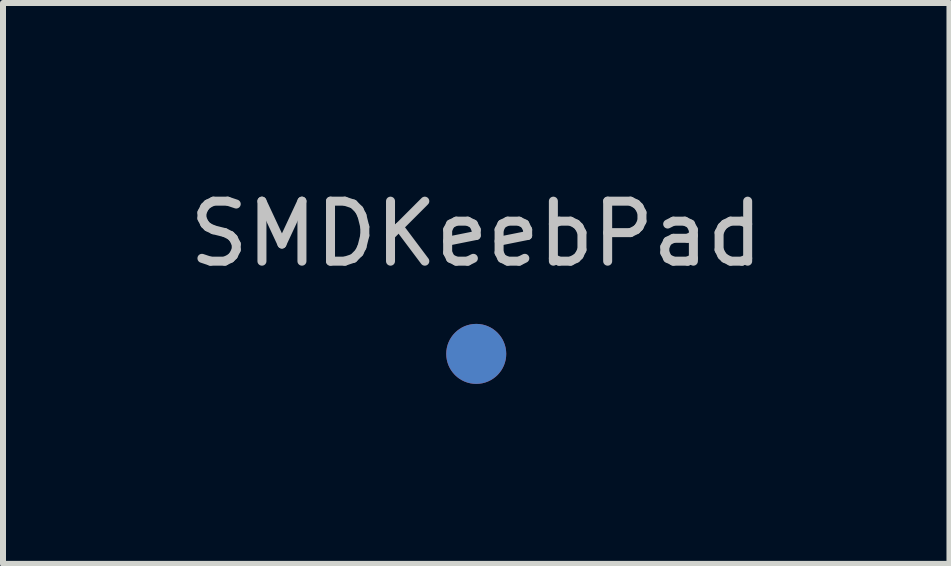
<source format=kicad_pcb>
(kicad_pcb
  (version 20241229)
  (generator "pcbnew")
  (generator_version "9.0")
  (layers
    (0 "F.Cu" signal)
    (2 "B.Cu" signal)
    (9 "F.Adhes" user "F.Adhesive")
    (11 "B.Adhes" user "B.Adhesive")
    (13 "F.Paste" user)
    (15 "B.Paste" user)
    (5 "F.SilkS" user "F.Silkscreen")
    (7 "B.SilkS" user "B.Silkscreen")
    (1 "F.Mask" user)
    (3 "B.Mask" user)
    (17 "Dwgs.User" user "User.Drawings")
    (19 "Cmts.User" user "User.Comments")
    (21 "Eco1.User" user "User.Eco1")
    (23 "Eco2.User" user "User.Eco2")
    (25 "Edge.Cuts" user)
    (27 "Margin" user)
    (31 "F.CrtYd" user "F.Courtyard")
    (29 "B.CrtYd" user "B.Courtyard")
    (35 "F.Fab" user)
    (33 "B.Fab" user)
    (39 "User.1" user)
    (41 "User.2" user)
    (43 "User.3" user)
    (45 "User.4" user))
  (footprint "SMDKeebPad"
    (layer "F.Cu")
    (at 4.887 2.848)
    (property "Reference" "SMDKeebPad" (at 0 -2 0) (layer "Dwgs.User") (effects (font (size 1 1) (thickness 0.15))))
    (attr through_hole)
    (pad "1" smd circle (at 0 0) (size 1 1) (layers "F.Cu"))
    (pad "2" smd circle (at 0 0) (size 1 1) (layers "B.Cu")))
  (gr_rect
    (start -3 -3)
    (end 12.774 6.348)
    (stroke (width 0.1) (type default))
    (fill no)
    (layer "Edge.Cuts")))
</source>
